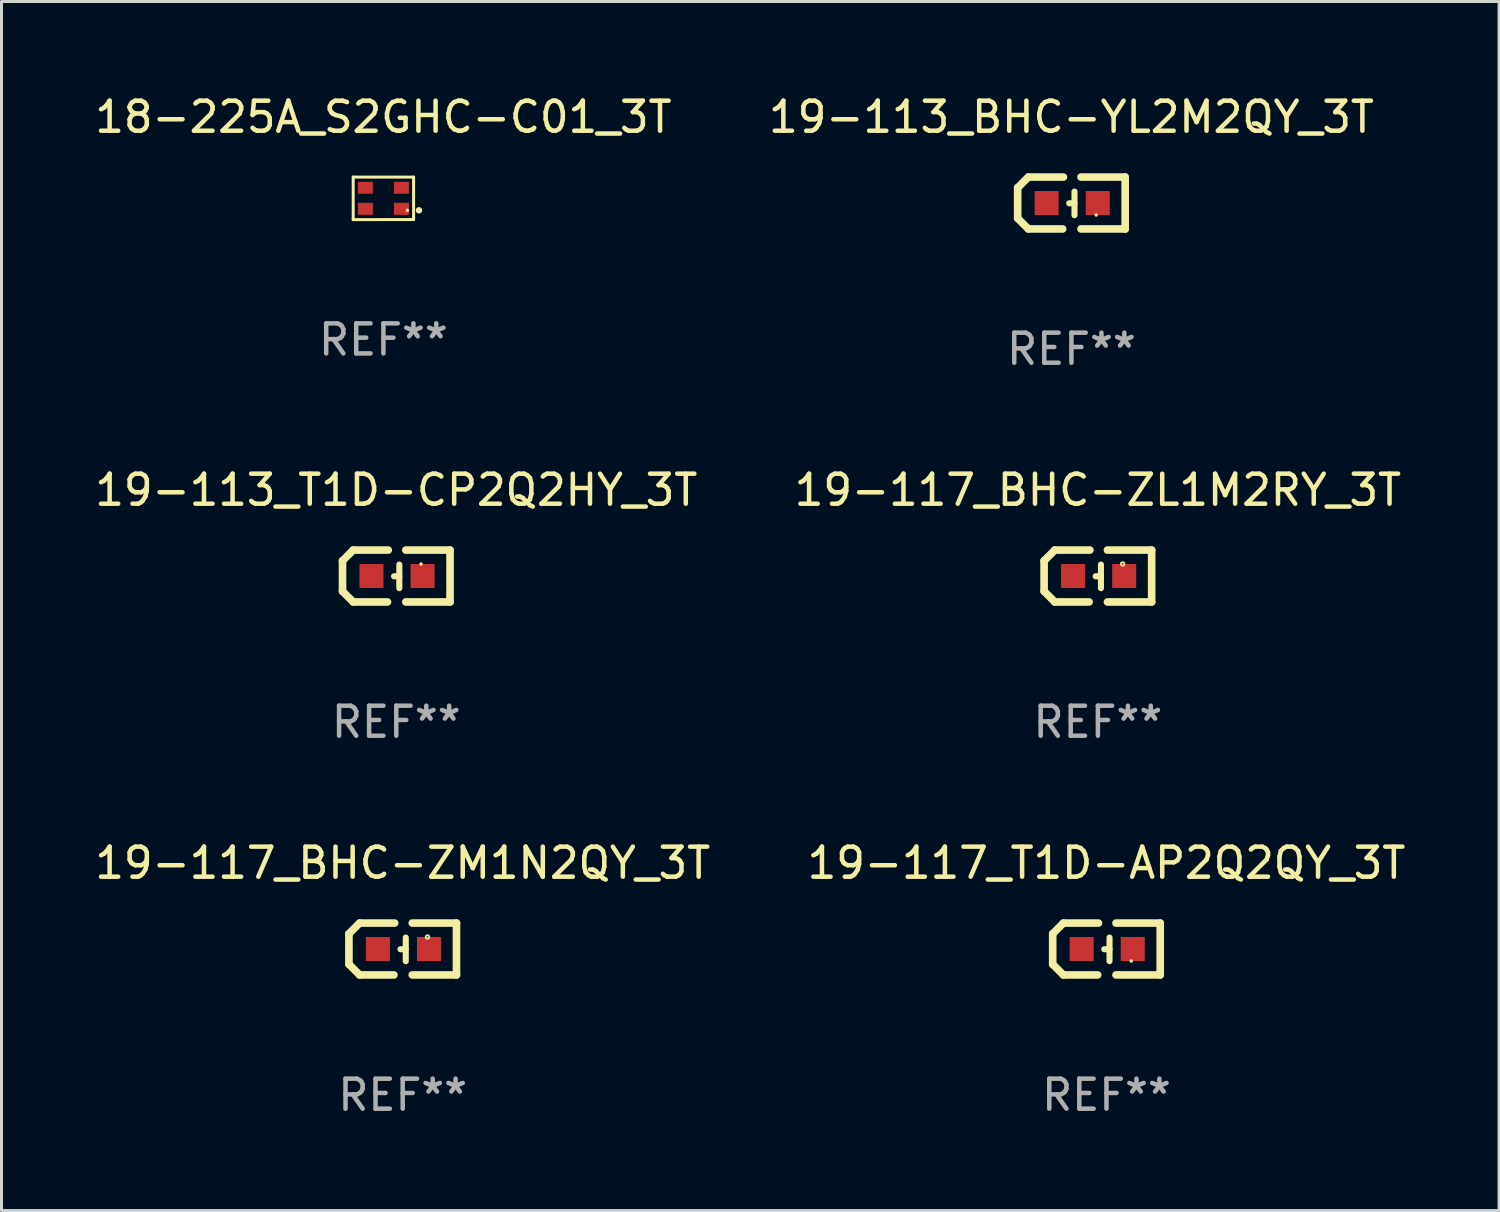
<source format=kicad_pcb>
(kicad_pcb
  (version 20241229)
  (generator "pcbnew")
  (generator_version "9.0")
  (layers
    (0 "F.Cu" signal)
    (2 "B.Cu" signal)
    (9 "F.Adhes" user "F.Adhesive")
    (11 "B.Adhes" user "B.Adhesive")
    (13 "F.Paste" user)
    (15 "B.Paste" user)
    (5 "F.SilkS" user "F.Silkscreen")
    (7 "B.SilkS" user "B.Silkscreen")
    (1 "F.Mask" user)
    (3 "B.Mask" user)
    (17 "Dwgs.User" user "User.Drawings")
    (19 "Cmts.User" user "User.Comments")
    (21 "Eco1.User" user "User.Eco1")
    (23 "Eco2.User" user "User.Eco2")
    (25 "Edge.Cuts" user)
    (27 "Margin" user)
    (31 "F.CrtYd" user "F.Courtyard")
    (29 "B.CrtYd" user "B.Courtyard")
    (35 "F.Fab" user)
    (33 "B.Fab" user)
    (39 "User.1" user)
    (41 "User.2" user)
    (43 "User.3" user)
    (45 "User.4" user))
  (footprint "19-117_BHC-ZM1N2QY_3T"
    (layer "F.Cu")
    (at 10.363 28.559)
    (property "Reference" "19-117_BHC-ZM1N2QY_3T" (at 0 -2.864 0) (layer "F.SilkS") (effects (font (size 1 1) (thickness 0.15))))
    (attr through_hole)
    (fp_line (start -1.791 -0.508) (end -1.435 -0.864) (stroke (width 0.254) (type solid)) (layer "F.SilkS"))
    (fp_line (start -1.791 0.508) (end -1.791 -0.508) (stroke (width 0.254) (type solid)) (layer "F.SilkS"))
    (fp_line (start -1.435 0.864) (end -1.791 0.508) (stroke (width 0.254) (type solid)) (layer "F.SilkS"))
    (fp_line (start -0.292 0.864) (end -1.435 0.864) (stroke (width 0.254) (type solid)) (layer "F.SilkS"))
    (fp_line (start -0.267 -0.864) (end -1.435 -0.864) (stroke (width 0.254) (type solid)) (layer "F.SilkS"))
    (fp_line (start 0.102 0.008) (end -0.074 0.008) (stroke (width 0.203) (type solid)) (layer "F.SilkS"))
    (fp_line (start 0.102 0.406) (end 0.102 -0.381) (stroke (width 0.203) (type solid)) (layer "F.SilkS"))
    (fp_line (start 1.791 -0.864) (end 0.318 -0.864) (stroke (width 0.254) (type solid)) (layer "F.SilkS"))
    (fp_line (start 1.791 0.864) (end 0.318 0.864) (stroke (width 0.254) (type solid)) (layer "F.SilkS"))
    (fp_line (start 1.791 0.864) (end 1.791 -0.864) (stroke (width 0.254) (type solid)) (layer "F.SilkS"))
    (fp_circle (center 0.826 -0.4) (end 0.855 -0.4) (stroke (width 0.06) (type solid)) (fill no) (layer "F.SilkS"))
    (fp_text user "REF**" (at 0 4.864 0) (layer "F.Fab") (effects (font (size 1 1) (thickness 0.15))))
    (pad "1" smd rect (at 0.876 0 90) (size 0.8 0.8) (layers "F.Cu" "F.Mask" "F.Paste"))
    (pad "2" smd rect (at -0.826 0 90) (size 0.8 0.8) (layers "F.Cu" "F.Mask" "F.Paste")))
  (footprint "18-225A_S2GHC-C01_3T"
    (layer "F.Cu")
    (at 9.72 3.557)
    (property "Reference" "18-225A_S2GHC-C01_3T" (at 0 -2.709 0) (layer "F.SilkS") (effects (font (size 1 1) (thickness 0.15))))
    (attr through_hole)
    (fp_line (start -1.006 -0.709) (end -1.006 0.709) (stroke (width 0.1) (type solid)) (layer "F.SilkS"))
    (fp_line (start -1.006 0.709) (end 1.005 0.705) (stroke (width 0.1) (type solid)) (layer "F.SilkS"))
    (fp_line (start 1.006 -0.709) (end -1.006 -0.709) (stroke (width 0.1) (type solid)) (layer "F.SilkS"))
    (fp_line (start 1.006 0.597) (end 1.006 -0.709) (stroke (width 0.1) (type solid)) (layer "F.SilkS"))
    (fp_line (start 1.006 0.597) (end 1.006 0.705) (stroke (width 0.1) (type solid)) (layer "F.SilkS"))
    (fp_circle (center 0.8 0.398) (end 0.83 0.398) (stroke (width 0.06) (type solid)) (fill no) (layer "F.SilkS"))
    (fp_circle (center 1.185 0.398) (end 1.243 0.398) (stroke (width 0.1) (type solid)) (fill no) (layer "F.SilkS"))
    (fp_text user "REF**" (at 0 4.709 0) (layer "F.Fab") (effects (font (size 1 1) (thickness 0.15))))
    (pad "1" smd rect (at 0.6 0.347) (size 0.5 0.4) (layers "F.Cu" "F.Mask" "F.Paste"))
    (pad "2" smd rect (at 0.6 -0.353) (size 0.5 0.4) (layers "F.Cu" "F.Mask" "F.Paste"))
    (pad "3" smd rect (at -0.6 -0.353) (size 0.5 0.4) (layers "F.Cu" "F.Mask" "F.Paste"))
    (pad "4" smd rect (at -0.6 0.347) (size 0.5 0.4) (layers "F.Cu" "F.Mask" "F.Paste")))
  (footprint "19-113_T1D-CP2Q2HY_3T"
    (layer "F.Cu")
    (at 10.149 16.136)
    (property "Reference" "19-113_T1D-CP2Q2HY_3T" (at 0 -2.864 0) (layer "F.SilkS") (effects (font (size 1 1) (thickness 0.15))))
    (attr through_hole)
    (fp_line (start -1.791 -0.508) (end -1.435 -0.864) (stroke (width 0.254) (type solid)) (layer "F.SilkS"))
    (fp_line (start -1.791 0.508) (end -1.791 -0.508) (stroke (width 0.254) (type solid)) (layer "F.SilkS"))
    (fp_line (start -1.435 0.864) (end -1.791 0.508) (stroke (width 0.254) (type solid)) (layer "F.SilkS"))
    (fp_line (start -0.292 0.864) (end -1.435 0.864) (stroke (width 0.254) (type solid)) (layer "F.SilkS"))
    (fp_line (start -0.267 -0.864) (end -1.435 -0.864) (stroke (width 0.254) (type solid)) (layer "F.SilkS"))
    (fp_line (start 0.102 0.008) (end -0.074 0.008) (stroke (width 0.203) (type solid)) (layer "F.SilkS"))
    (fp_line (start 0.102 0.406) (end 0.102 -0.381) (stroke (width 0.203) (type solid)) (layer "F.SilkS"))
    (fp_line (start 1.791 -0.864) (end 0.318 -0.864) (stroke (width 0.254) (type solid)) (layer "F.SilkS"))
    (fp_line (start 1.791 0.864) (end 0.318 0.864) (stroke (width 0.254) (type solid)) (layer "F.SilkS"))
    (fp_line (start 1.791 0.864) (end 1.791 -0.864) (stroke (width 0.254) (type solid)) (layer "F.SilkS"))
    (fp_circle (center 0.825 -0.4) (end 0.855 -0.4) (stroke (width 0.06) (type solid)) (fill no) (layer "F.SilkS"))
    (fp_text user "REF**" (at 0 4.864 0) (layer "F.Fab") (effects (font (size 1 1) (thickness 0.15))))
    (pad "1" smd rect (at 0.876 0 90) (size 0.8 0.8) (layers "F.Cu" "F.Mask" "F.Paste"))
    (pad "2" smd rect (at -0.826 0 90) (size 0.8 0.8) (layers "F.Cu" "F.Mask" "F.Paste")))
  (footprint "19-117_BHC-ZL1M2RY_3T"
    (layer "F.Cu")
    (at 33.518 16.136)
    (property "Reference" "19-117_BHC-ZL1M2RY_3T" (at 0 -2.864 0) (layer "F.SilkS") (effects (font (size 1 1) (thickness 0.15))))
    (attr through_hole)
    (fp_line (start -1.791 -0.508) (end -1.435 -0.864) (stroke (width 0.254) (type solid)) (layer "F.SilkS"))
    (fp_line (start -1.791 0.508) (end -1.791 -0.508) (stroke (width 0.254) (type solid)) (layer "F.SilkS"))
    (fp_line (start -1.435 0.864) (end -1.791 0.508) (stroke (width 0.254) (type solid)) (layer "F.SilkS"))
    (fp_line (start -0.292 0.864) (end -1.435 0.864) (stroke (width 0.254) (type solid)) (layer "F.SilkS"))
    (fp_line (start -0.267 -0.864) (end -1.435 -0.864) (stroke (width 0.254) (type solid)) (layer "F.SilkS"))
    (fp_line (start 0.102 0.008) (end -0.074 0.008) (stroke (width 0.203) (type solid)) (layer "F.SilkS"))
    (fp_line (start 0.102 0.406) (end 0.102 -0.381) (stroke (width 0.203) (type solid)) (layer "F.SilkS"))
    (fp_line (start 1.791 -0.864) (end 0.318 -0.864) (stroke (width 0.254) (type solid)) (layer "F.SilkS"))
    (fp_line (start 1.791 0.864) (end 0.318 0.864) (stroke (width 0.254) (type solid)) (layer "F.SilkS"))
    (fp_line (start 1.791 0.864) (end 1.791 -0.864) (stroke (width 0.254) (type solid)) (layer "F.SilkS"))
    (fp_circle (center 0.826 -0.4) (end 0.855 -0.4) (stroke (width 0.06) (type solid)) (fill no) (layer "F.SilkS"))
    (fp_text user "REF**" (at 0 4.864 0) (layer "F.Fab") (effects (font (size 1 1) (thickness 0.15))))
    (pad "1" smd rect (at 0.876 0 90) (size 0.8 0.8) (layers "F.Cu" "F.Mask" "F.Paste"))
    (pad "2" smd rect (at -0.826 0 90) (size 0.8 0.8) (layers "F.Cu" "F.Mask" "F.Paste")))
  (footprint "19-113_BHC-YL2M2QY_3T"
    (layer "F.Cu")
    (at 32.637 3.712)
    (property "Reference" "19-113_BHC-YL2M2QY_3T" (at 0 -2.864 0) (layer "F.SilkS") (effects (font (size 1 1) (thickness 0.15))))
    (attr through_hole)
    (fp_line (start -1.791 -0.508) (end -1.435 -0.864) (stroke (width 0.254) (type solid)) (layer "F.SilkS"))
    (fp_line (start -1.791 0.508) (end -1.791 -0.508) (stroke (width 0.254) (type solid)) (layer "F.SilkS"))
    (fp_line (start -1.435 0.864) (end -1.791 0.508) (stroke (width 0.254) (type solid)) (layer "F.SilkS"))
    (fp_line (start -0.292 0.864) (end -1.435 0.864) (stroke (width 0.254) (type solid)) (layer "F.SilkS"))
    (fp_line (start -0.267 -0.864) (end -1.435 -0.864) (stroke (width 0.254) (type solid)) (layer "F.SilkS"))
    (fp_line (start 0.102 0.008) (end -0.074 0.008) (stroke (width 0.203) (type solid)) (layer "F.SilkS"))
    (fp_line (start 0.102 0.406) (end 0.102 -0.381) (stroke (width 0.203) (type solid)) (layer "F.SilkS"))
    (fp_line (start 1.791 -0.864) (end 0.318 -0.864) (stroke (width 0.254) (type solid)) (layer "F.SilkS"))
    (fp_line (start 1.791 0.864) (end 0.318 0.864) (stroke (width 0.254) (type solid)) (layer "F.SilkS"))
    (fp_line (start 1.791 0.864) (end 1.791 -0.864) (stroke (width 0.254) (type solid)) (layer "F.SilkS"))
    (fp_circle (center 0.825 0.4) (end 0.855 0.4) (stroke (width 0.06) (type solid)) (fill no) (layer "F.SilkS"))
    (fp_text user "REF**" (at 0 4.864 0) (layer "F.Fab") (effects (font (size 1 1) (thickness 0.15))))
    (pad "1" smd rect (at 0.876 0 90) (size 0.8 0.8) (layers "F.Cu" "F.Mask" "F.Paste"))
    (pad "2" smd rect (at -0.826 0 90) (size 0.8 0.8) (layers "F.Cu" "F.Mask" "F.Paste")))
  (footprint "19-117_T1D-AP2Q2QY_3T"
    (layer "F.Cu")
    (at 33.804 28.559)
    (property "Reference" "19-117_T1D-AP2Q2QY_3T" (at 0 -2.864 0) (layer "F.SilkS") (effects (font (size 1 1) (thickness 0.15))))
    (attr through_hole)
    (fp_line (start -1.791 -0.508) (end -1.435 -0.864) (stroke (width 0.254) (type solid)) (layer "F.SilkS"))
    (fp_line (start -1.791 0.508) (end -1.791 -0.508) (stroke (width 0.254) (type solid)) (layer "F.SilkS"))
    (fp_line (start -1.435 0.864) (end -1.791 0.508) (stroke (width 0.254) (type solid)) (layer "F.SilkS"))
    (fp_line (start -0.292 0.864) (end -1.435 0.864) (stroke (width 0.254) (type solid)) (layer "F.SilkS"))
    (fp_line (start -0.267 -0.864) (end -1.435 -0.864) (stroke (width 0.254) (type solid)) (layer "F.SilkS"))
    (fp_line (start 0.102 0.008) (end -0.074 0.008) (stroke (width 0.203) (type solid)) (layer "F.SilkS"))
    (fp_line (start 0.102 0.406) (end 0.102 -0.381) (stroke (width 0.203) (type solid)) (layer "F.SilkS"))
    (fp_line (start 1.791 -0.864) (end 0.318 -0.864) (stroke (width 0.254) (type solid)) (layer "F.SilkS"))
    (fp_line (start 1.791 0.864) (end 0.318 0.864) (stroke (width 0.254) (type solid)) (layer "F.SilkS"))
    (fp_line (start 1.791 0.864) (end 1.791 -0.864) (stroke (width 0.254) (type solid)) (layer "F.SilkS"))
    (fp_circle (center 0.825 0.4) (end 0.855 0.4) (stroke (width 0.06) (type solid)) (fill no) (layer "F.SilkS"))
    (fp_text user "REF**" (at 0 4.864 0) (layer "F.Fab") (effects (font (size 1 1) (thickness 0.15))))
    (pad "1" smd rect (at 0.876 0 90) (size 0.8 0.8) (layers "F.Cu" "F.Mask" "F.Paste"))
    (pad "2" smd rect (at -0.826 0 90) (size 0.8 0.8) (layers "F.Cu" "F.Mask" "F.Paste")))
  (gr_rect
    (start -3 -3)
    (end 46.881 37.271)
    (stroke (width 0.1) (type default))
    (fill no)
    (layer "Edge.Cuts")))
</source>
